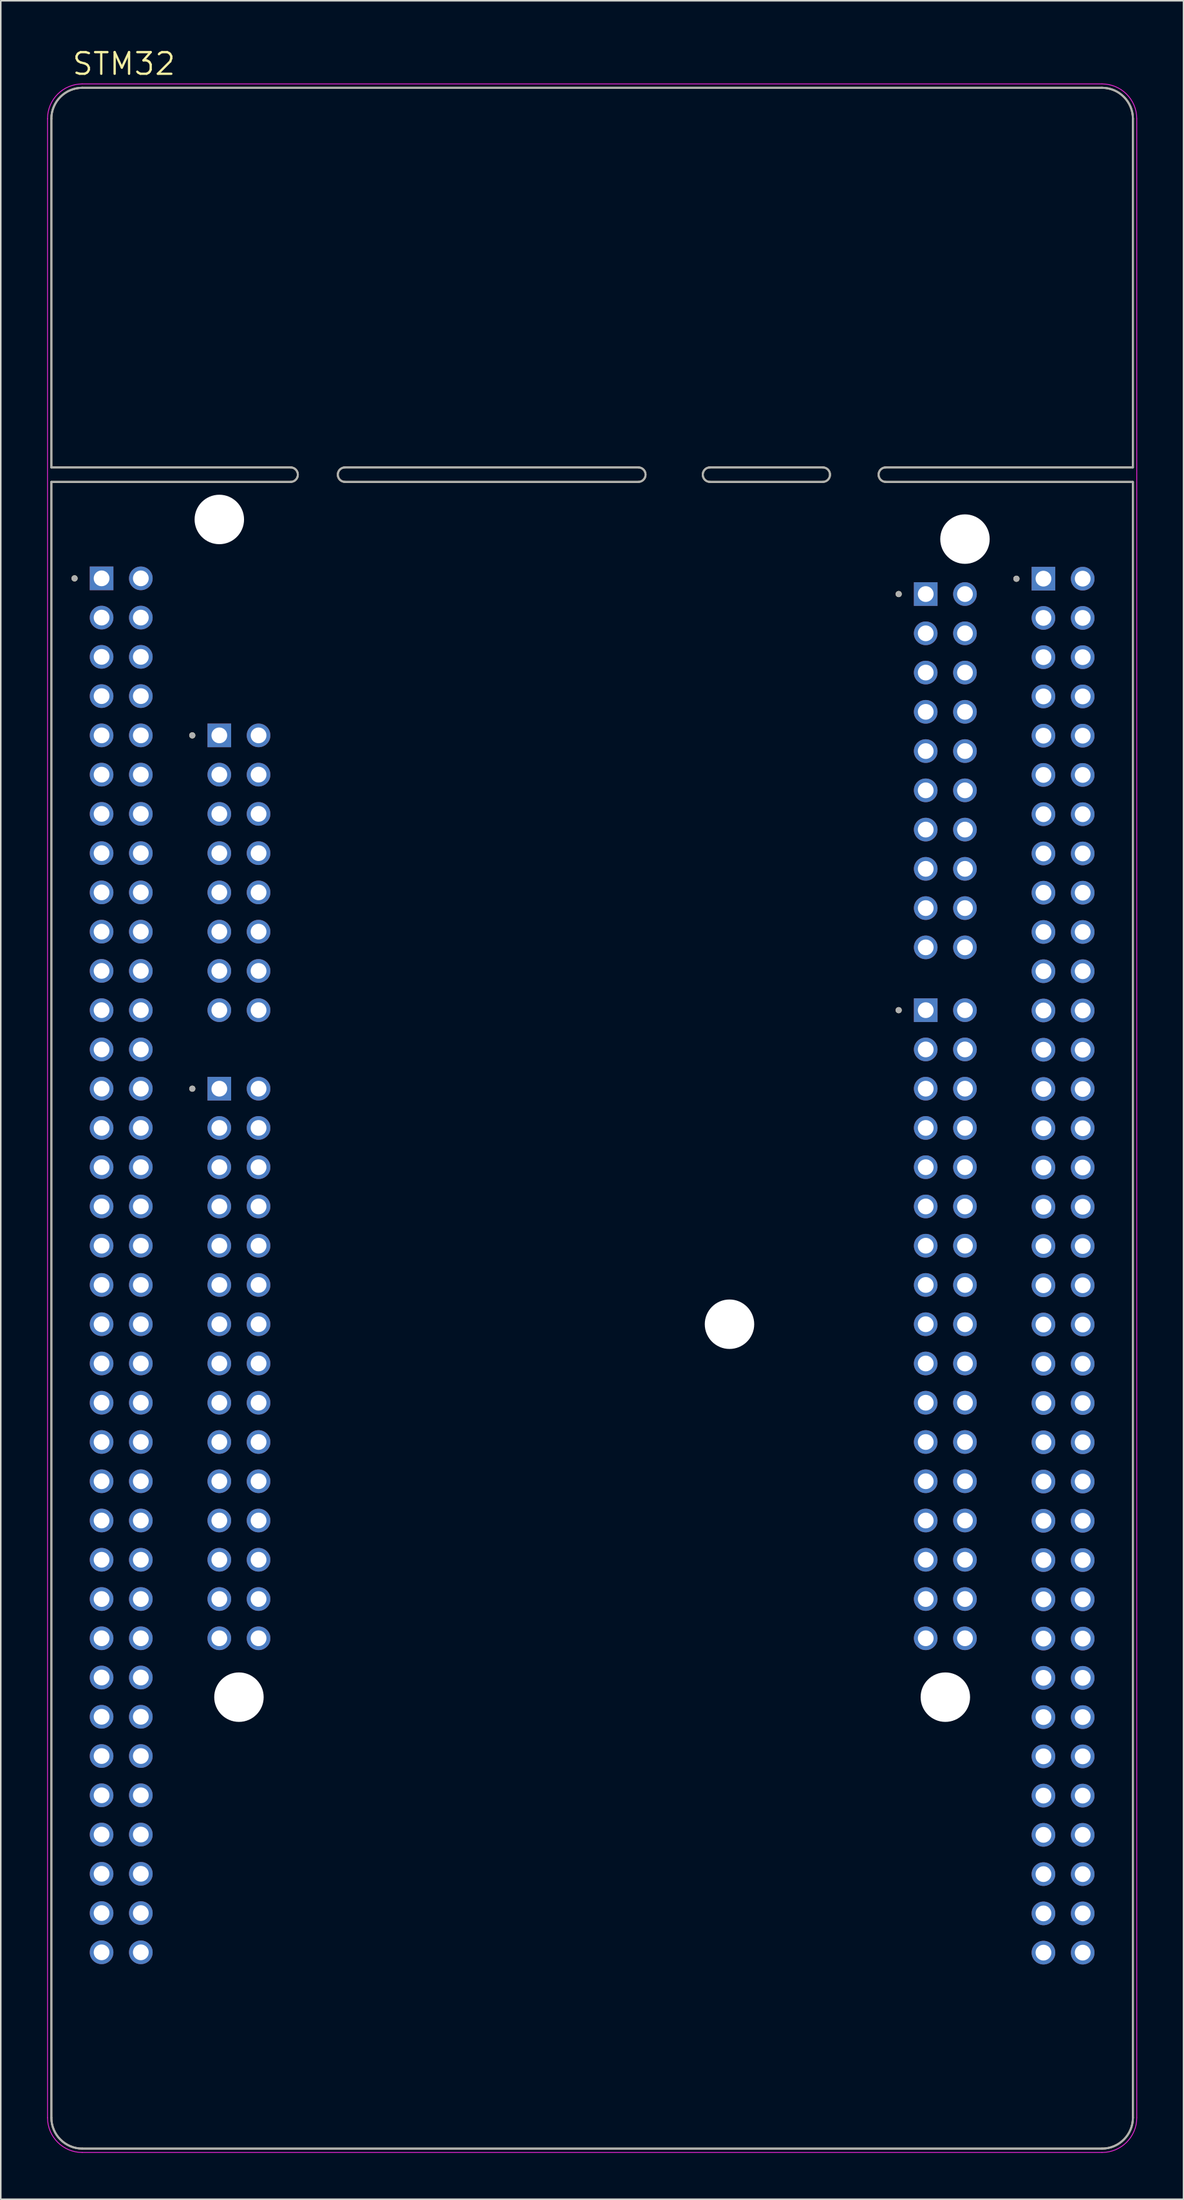
<source format=kicad_pcb>
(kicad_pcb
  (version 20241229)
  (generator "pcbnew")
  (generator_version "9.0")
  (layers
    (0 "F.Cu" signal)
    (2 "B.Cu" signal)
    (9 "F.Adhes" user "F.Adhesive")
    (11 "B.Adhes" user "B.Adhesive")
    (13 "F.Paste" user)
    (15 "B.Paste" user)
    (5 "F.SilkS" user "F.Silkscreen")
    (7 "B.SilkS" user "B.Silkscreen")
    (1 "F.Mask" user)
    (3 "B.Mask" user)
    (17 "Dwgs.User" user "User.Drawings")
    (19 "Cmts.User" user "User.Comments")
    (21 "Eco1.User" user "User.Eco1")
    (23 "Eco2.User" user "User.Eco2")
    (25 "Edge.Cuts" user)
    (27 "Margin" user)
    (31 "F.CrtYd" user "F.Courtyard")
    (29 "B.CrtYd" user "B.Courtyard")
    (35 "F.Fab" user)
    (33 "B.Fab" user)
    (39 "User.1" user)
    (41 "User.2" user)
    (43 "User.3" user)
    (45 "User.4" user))
  (footprint "STM32"
    (layer "F.Cu")
    (at 35.275 69.301)
    (property "Reference" "STM32" (at -30.305 -68.219 0) (layer "F.SilkS") (effects (font (size 1.4 1.4) (thickness 0.15))))
    (attr through_hole)
    (fp_line (start -35 -64.67) (end -35 -42.11) (stroke (width 0.127) (type solid)) (layer "F.SilkS"))
    (fp_line (start -35 -42.11) (end -19.507 -42.11) (stroke (width 0.127) (type solid)) (layer "F.SilkS"))
    (fp_line (start -35 -41.17) (end -35 64.67) (stroke (width 0.127) (type solid)) (layer "F.SilkS"))
    (fp_line (start -35 -41.17) (end -19.507 -41.17) (stroke (width 0.127) (type solid)) (layer "F.SilkS"))
    (fp_line (start -33 66.67) (end 33 66.67) (stroke (width 0.127) (type solid)) (layer "F.SilkS"))
    (fp_line (start -16.002 -42.11) (end 2.997 -42.11) (stroke (width 0.127) (type solid)) (layer "F.SilkS"))
    (fp_line (start -16.002 -41.17) (end 2.997 -41.17) (stroke (width 0.127) (type solid)) (layer "F.SilkS"))
    (fp_line (start 7.62 -42.11) (end 14.935 -42.11) (stroke (width 0.127) (type solid)) (layer "F.SilkS"))
    (fp_line (start 7.62 -41.17) (end 14.935 -41.17) (stroke (width 0.127) (type solid)) (layer "F.SilkS"))
    (fp_line (start 18.999 -42.11) (end 35 -42.11) (stroke (width 0.127) (type solid)) (layer "F.SilkS"))
    (fp_line (start 18.999 -41.17) (end 35 -41.17) (stroke (width 0.127) (type solid)) (layer "F.SilkS"))
    (fp_line (start 33 -66.67) (end -33 -66.67) (stroke (width 0.127) (type solid)) (layer "F.SilkS"))
    (fp_line (start 35 -42.11) (end 35 -64.67) (stroke (width 0.127) (type solid)) (layer "F.SilkS"))
    (fp_line (start 35 64.67) (end 35 -41.17) (stroke (width 0.127) (type solid)) (layer "F.SilkS"))
    (fp_arc (start -35 -64.67) (mid -34.414214 -66.084214) (end -33 -66.67) (stroke (width 0.127) (type solid)) (layer "F.SilkS"))
    (fp_arc (start -33 66.67) (mid -34.414214 66.084214) (end -35 64.67) (stroke (width 0.127) (type solid)) (layer "F.SilkS"))
    (fp_arc (start -19.507199 -42.11) (mid -19.044602 -41.64) (end -19.5072 -41.17) (stroke (width 0.127) (type solid)) (layer "F.SilkS"))
    (fp_arc (start -16.002001 -41.17) (mid -16.464598 -41.64) (end -16.002 -42.11) (stroke (width 0.127) (type solid)) (layer "F.SilkS"))
    (fp_arc (start 2.997201 -42.11) (mid 3.459798 -41.64) (end 2.9972 -41.17) (stroke (width 0.127) (type solid)) (layer "F.SilkS"))
    (fp_arc (start 7.619999 -41.17) (mid 7.157402 -41.64) (end 7.62 -42.11) (stroke (width 0.127) (type solid)) (layer "F.SilkS"))
    (fp_arc (start 14.935201 -42.11) (mid 15.397798 -41.64) (end 14.9352 -41.17) (stroke (width 0.127) (type solid)) (layer "F.SilkS"))
    (fp_arc (start 18.999199 -41.17) (mid 18.536602 -41.64) (end 18.9992 -42.11) (stroke (width 0.127) (type solid)) (layer "F.SilkS"))
    (fp_arc (start 33 -66.67) (mid 34.414214 -66.084214) (end 35 -64.67) (stroke (width 0.127) (type solid)) (layer "F.SilkS"))
    (fp_arc (start 35 64.67) (mid 34.414214 66.084214) (end 33 66.67) (stroke (width 0.127) (type solid)) (layer "F.SilkS"))
    (fp_circle (center -33.5 -34.93) (end -33.4 -34.93) (stroke (width 0.2) (type solid)) (fill no) (layer "F.SilkS"))
    (fp_circle (center -25.88 -24.77) (end -25.78 -24.77) (stroke (width 0.2) (type solid)) (fill no) (layer "F.SilkS"))
    (fp_circle (center -25.88 -1.91) (end -25.78 -1.91) (stroke (width 0.2) (type solid)) (fill no) (layer "F.SilkS"))
    (fp_circle (center 19.84 -33.914) (end 19.94 -33.914) (stroke (width 0.2) (type solid)) (fill no) (layer "F.SilkS"))
    (fp_circle (center 19.84 -6.99) (end 19.94 -6.99) (stroke (width 0.2) (type solid)) (fill no) (layer "F.SilkS"))
    (fp_circle (center 27.46 -34.905) (end 27.56 -34.905) (stroke (width 0.2) (type solid)) (fill no) (layer "F.SilkS"))
    (fp_line (start -35.25 -64.67) (end -35.25 64.67) (stroke (width 0.05) (type solid)) (layer "F.CrtYd"))
    (fp_line (start -33 66.92) (end 33 66.92) (stroke (width 0.05) (type solid)) (layer "F.CrtYd"))
    (fp_line (start 33 -66.92) (end -33 -66.92) (stroke (width 0.05) (type solid)) (layer "F.CrtYd"))
    (fp_line (start 35.25 64.67) (end 35.25 -64.67) (stroke (width 0.05) (type solid)) (layer "F.CrtYd"))
    (fp_arc (start -35.25 -64.67) (mid -34.59099 -66.26099) (end -33 -66.92) (stroke (width 0.05) (type solid)) (layer "F.CrtYd"))
    (fp_arc (start -33 66.92) (mid -34.59099 66.26099) (end -35.25 64.67) (stroke (width 0.05) (type solid)) (layer "F.CrtYd"))
    (fp_arc (start 33 -66.92) (mid 34.59099 -66.26099) (end 35.25 -64.67) (stroke (width 0.05) (type solid)) (layer "F.CrtYd"))
    (fp_arc (start 35.25 64.67) (mid 34.59099 66.26099) (end 33 66.92) (stroke (width 0.05) (type solid)) (layer "F.CrtYd"))
    (fp_line (start -35 -64.67) (end -35 -42.11) (stroke (width 0.127) (type solid)) (layer "F.Fab"))
    (fp_line (start -35 -42.11) (end -19.507 -42.11) (stroke (width 0.127) (type solid)) (layer "F.Fab"))
    (fp_line (start -35 -41.17) (end -35 64.67) (stroke (width 0.127) (type solid)) (layer "F.Fab"))
    (fp_line (start -35 -41.17) (end -19.507 -41.17) (stroke (width 0.127) (type solid)) (layer "F.Fab"))
    (fp_line (start -33 66.67) (end 33 66.67) (stroke (width 0.127) (type solid)) (layer "F.Fab"))
    (fp_line (start -16.002 -42.11) (end 2.997 -42.11) (stroke (width 0.127) (type solid)) (layer "F.Fab"))
    (fp_line (start -16.002 -41.17) (end 2.997 -41.17) (stroke (width 0.127) (type solid)) (layer "F.Fab"))
    (fp_line (start 7.62 -42.11) (end 14.935 -42.11) (stroke (width 0.127) (type solid)) (layer "F.Fab"))
    (fp_line (start 7.62 -41.17) (end 14.935 -41.17) (stroke (width 0.127) (type solid)) (layer "F.Fab"))
    (fp_line (start 18.999 -42.11) (end 35 -42.11) (stroke (width 0.127) (type solid)) (layer "F.Fab"))
    (fp_line (start 18.999 -41.17) (end 35 -41.17) (stroke (width 0.127) (type solid)) (layer "F.Fab"))
    (fp_line (start 33 -66.67) (end -33 -66.67) (stroke (width 0.127) (type solid)) (layer "F.Fab"))
    (fp_line (start 35 -42.11) (end 35 -64.67) (stroke (width 0.127) (type solid)) (layer "F.Fab"))
    (fp_line (start 35 64.67) (end 35 -41.17) (stroke (width 0.127) (type solid)) (layer "F.Fab"))
    (fp_arc (start -35 -64.67) (mid -34.414214 -66.084214) (end -33 -66.67) (stroke (width 0.127) (type solid)) (layer "F.Fab"))
    (fp_arc (start -33 66.67) (mid -34.414214 66.084214) (end -35 64.67) (stroke (width 0.127) (type solid)) (layer "F.Fab"))
    (fp_arc (start -19.507199 -42.11) (mid -19.044602 -41.64) (end -19.5072 -41.17) (stroke (width 0.127) (type solid)) (layer "F.Fab"))
    (fp_arc (start -16.002001 -41.17) (mid -16.464598 -41.64) (end -16.002 -42.11) (stroke (width 0.127) (type solid)) (layer "F.Fab"))
    (fp_arc (start 2.997201 -42.11) (mid 3.459798 -41.64) (end 2.9972 -41.17) (stroke (width 0.127) (type solid)) (layer "F.Fab"))
    (fp_arc (start 7.619999 -41.17) (mid 7.157402 -41.64) (end 7.62 -42.11) (stroke (width 0.127) (type solid)) (layer "F.Fab"))
    (fp_arc (start 14.935201 -42.11) (mid 15.397798 -41.64) (end 14.9352 -41.17) (stroke (width 0.127) (type solid)) (layer "F.Fab"))
    (fp_arc (start 18.999199 -41.17) (mid 18.536602 -41.64) (end 18.9992 -42.11) (stroke (width 0.127) (type solid)) (layer "F.Fab"))
    (fp_arc (start 33 -66.67) (mid 34.414214 -66.084214) (end 35 -64.67) (stroke (width 0.127) (type solid)) (layer "F.Fab"))
    (fp_arc (start 35 64.67) (mid 34.414214 66.084214) (end 33 66.67) (stroke (width 0.127) (type solid)) (layer "F.Fab"))
    (fp_circle (center -33.5 -34.93) (end -33.4 -34.93) (stroke (width 0.2) (type solid)) (fill no) (layer "F.Fab"))
    (fp_circle (center -25.88 -24.77) (end -25.78 -24.77) (stroke (width 0.2) (type solid)) (fill no) (layer "F.Fab"))
    (fp_circle (center -25.88 -1.91) (end -25.78 -1.91) (stroke (width 0.2) (type solid)) (fill no) (layer "F.Fab"))
    (fp_circle (center 19.84 -33.914) (end 19.94 -33.914) (stroke (width 0.2) (type solid)) (fill no) (layer "F.Fab"))
    (fp_circle (center 19.84 -6.99) (end 19.94 -6.99) (stroke (width 0.2) (type solid)) (fill no) (layer "F.Fab"))
    (fp_circle (center 27.46 -34.905) (end 27.56 -34.905) (stroke (width 0.2) (type solid)) (fill no) (layer "F.Fab"))
    (pad "" np_thru_hole circle (at -24.13 -38.74) (size 3.2 3.2) (drill 3.2) (layers "*.Cu" "*.Mask"))
    (pad "" np_thru_hole circle (at -22.86 37.46) (size 3.2 3.2) (drill 3.2) (layers "*.Cu" "*.Mask"))
    (pad "" np_thru_hole circle (at 8.89 13.33) (size 3.2 3.2) (drill 3.2) (layers "*.Cu" "*.Mask"))
    (pad "" np_thru_hole circle (at 22.86 37.46) (size 3.2 3.2) (drill 3.2) (layers "*.Cu" "*.Mask"))
    (pad "" np_thru_hole circle (at 24.13 -37.47) (size 3.2 3.2) (drill 3.2) (layers "*.Cu" "*.Mask"))
    (pad "1" thru_hole circle (at -29.21 20.95) (size 1.53 1.53) (drill 1.02) (layers "*.Cu" "*.Mask"))
    (pad "1" thru_hole circle (at -21.59 13.33) (size 1.53 1.53) (drill 1.02) (layers "*.Cu" "*.Mask"))
    (pad "1" thru_hole circle (at 21.59 23.49) (size 1.53 1.53) (drill 1.02) (layers "*.Cu" "*.Mask"))
    (pad "2" thru_hole circle (at -31.75 23.49) (size 1.53 1.53) (drill 1.02) (layers "*.Cu" "*.Mask"))
    (pad "2" thru_hole circle (at -21.59 23.49) (size 1.53 1.53) (drill 1.02) (layers "*.Cu" "*.Mask"))
    (pad "3" thru_hole circle (at -29.21 23.49) (size 1.53 1.53) (drill 1.02) (layers "*.Cu" "*.Mask"))
    (pad "3" thru_hole circle (at -21.59 15.87) (size 1.53 1.53) (drill 1.02) (layers "*.Cu" "*.Mask"))
    (pad "3V3" thru_hole circle (at -29.21 -22.23) (size 1.53 1.53) (drill 1.02) (layers "*.Cu" "*.Mask"))
    (pad "3V3" thru_hole circle (at -29.21 -17.15) (size 1.53 1.53) (drill 1.02) (layers "*.Cu" "*.Mask"))
    (pad "3V3" thru_hole circle (at -24.13 -17.15) (size 1.53 1.53) (drill 1.02) (layers "*.Cu" "*.Mask"))
    (pad "4" thru_hole circle (at -29.21 26.03) (size 1.53 1.53) (drill 1.02) (layers "*.Cu" "*.Mask"))
    (pad "4" thru_hole circle (at -21.59 18.41) (size 1.53 1.53) (drill 1.02) (layers "*.Cu" "*.Mask"))
    (pad "5" thru_hole circle (at -29.21 41.27) (size 1.53 1.53) (drill 1.02) (layers "*.Cu" "*.Mask"))
    (pad "5" thru_hole circle (at -21.59 20.95) (size 1.53 1.53) (drill 1.02) (layers "*.Cu" "*.Mask"))
    (pad "5V" thru_hole circle (at -29.21 -14.61) (size 1.53 1.53) (drill 1.02) (layers "*.Cu" "*.Mask"))
    (pad "5V" thru_hole circle (at -24.13 -14.61) (size 1.53 1.53) (drill 1.02) (layers "*.Cu" "*.Mask"))
    (pad "6" thru_hole circle (at -31.75 5.71) (size 1.53 1.53) (drill 1.02) (layers "*.Cu" "*.Mask"))
    (pad "7" thru_hole circle (at -31.75 -6.99) (size 1.53 1.53) (drill 1.02) (layers "*.Cu" "*.Mask"))
    (pad "10" thru_hole circle (at -31.75 31.11) (size 1.53 1.53) (drill 1.02) (layers "*.Cu" "*.Mask"))
    (pad "10" thru_hole circle (at -24.13 23.49) (size 1.53 1.53) (drill 1.02) (layers "*.Cu" "*.Mask"))
    (pad "11" thru_hole circle (at -31.75 28.57) (size 1.53 1.53) (drill 1.02) (layers "*.Cu" "*.Mask"))
    (pad "11" thru_hole circle (at -24.13 20.95) (size 1.53 1.53) (drill 1.02) (layers "*.Cu" "*.Mask"))
    (pad "12" thru_hole circle (at -29.21 28.57) (size 1.53 1.53) (drill 1.02) (layers "*.Cu" "*.Mask"))
    (pad "12" thru_hole circle (at -24.13 18.41) (size 1.53 1.53) (drill 1.02) (layers "*.Cu" "*.Mask"))
    (pad "13" thru_hole circle (at -24.13 5.71) (size 1.53 1.53) (drill 1.02) (layers "*.Cu" "*.Mask"))
    (pad "13" thru_hole circle (at 31.75 36.21) (size 1.53 1.53) (drill 1.02) (layers "*.Cu" "*.Mask"))
    (pad "14" thru_hole circle (at 21.59 5.71) (size 1.53 1.53) (drill 1.02) (layers "*.Cu" "*.Mask"))
    (pad "14" thru_hole circle (at 31.75 10.81) (size 1.53 1.53) (drill 1.02) (layers "*.Cu" "*.Mask"))
    (pad "15" thru_hole circle (at -24.13 8.25) (size 1.53 1.53) (drill 1.02) (layers "*.Cu" "*.Mask"))
    (pad "15" thru_hole circle (at 31.75 8.27) (size 1.53 1.53) (drill 1.02) (layers "*.Cu" "*.Mask"))
    (pad "17" thru_hole circle (at -31.75 -29.85) (size 1.53 1.53) (drill 1.02) (layers "*.Cu" "*.Mask"))
    (pad "18" thru_hole circle (at -31.75 -24.77) (size 1.53 1.53) (drill 1.02) (layers "*.Cu" "*.Mask"))
    (pad "19" thru_hole circle (at -31.75 -22.23) (size 1.53 1.53) (drill 1.02) (layers "*.Cu" "*.Mask"))
    (pad "19" thru_hole circle (at -21.59 28.57) (size 1.53 1.53) (drill 1.02) (layers "*.Cu" "*.Mask"))
    (pad "20" thru_hole circle (at -29.21 31.11) (size 1.53 1.53) (drill 1.02) (layers "*.Cu" "*.Mask"))
    (pad "20" thru_hole circle (at -21.59 26.03) (size 1.53 1.53) (drill 1.02) (layers "*.Cu" "*.Mask"))
    (pad "21" thru_hole circle (at -29.21 33.65) (size 1.53 1.53) (drill 1.02) (layers "*.Cu" "*.Mask"))
    (pad "21" thru_hole circle (at -21.59 31.11) (size 1.53 1.53) (drill 1.02) (layers "*.Cu" "*.Mask"))
    (pad "22" thru_hole circle (at -24.13 10.79) (size 1.53 1.53) (drill 1.02) (layers "*.Cu" "*.Mask"))
    (pad "22" thru_hole circle (at 31.75 15.89) (size 1.53 1.53) (drill 1.02) (layers "*.Cu" "*.Mask"))
    (pad "24" thru_hole circle (at -31.75 3.17) (size 1.53 1.53) (drill 1.02) (layers "*.Cu" "*.Mask"))
    (pad "25" thru_hole circle (at -29.21 -19.69) (size 1.53 1.53) (drill 1.02) (layers "*.Cu" "*.Mask"))
    (pad "26" thru_hole circle (at -29.21 10.79) (size 1.53 1.53) (drill 1.02) (layers "*.Cu" "*.Mask"))
    (pad "26" thru_hole circle (at -24.13 0.63) (size 1.53 1.53) (drill 1.02) (layers "*.Cu" "*.Mask"))
    (pad "27" thru_hole circle (at -29.21 8.25) (size 1.53 1.53) (drill 1.02) (layers "*.Cu" "*.Mask"))
    (pad "28" thru_hole circle (at -31.75 8.25) (size 1.53 1.53) (drill 1.02) (layers "*.Cu" "*.Mask"))
    (pad "28" thru_hole circle (at 21.59 3.17) (size 1.53 1.53) (drill 1.02) (layers "*.Cu" "*.Mask"))
    (pad "29" thru_hole circle (at -31.75 10.79) (size 1.53 1.53) (drill 1.02) (layers "*.Cu" "*.Mask"))
    (pad "29" thru_hole circle (at -24.13 3.17) (size 1.53 1.53) (drill 1.02) (layers "*.Cu" "*.Mask"))
    (pad "34" thru_hole circle (at -29.21 -1.91) (size 1.53 1.53) (drill 1.02) (layers "*.Cu" "*.Mask"))
    (pad "34" thru_hole circle (at 21.59 28.57) (size 1.53 1.53) (drill 1.02) (layers "*.Cu" "*.Mask"))
    (pad "35" thru_hole circle (at -29.21 0.63) (size 1.53 1.53) (drill 1.02) (layers "*.Cu" "*.Mask"))
    (pad "36" thru_hole circle (at 29.21 8.27) (size 1.53 1.53) (drill 1.02) (layers "*.Cu" "*.Mask"))
    (pad "37" thru_hole rect (at -24.13 -1.91) (size 1.53 1.53) (drill 1.02) (layers "*.Cu" "*.Mask"))
    (pad "37" thru_hole circle (at 29.21 10.81) (size 1.53 1.53) (drill 1.02) (layers "*.Cu" "*.Mask"))
    (pad "40" thru_hole circle (at -29.21 3.17) (size 1.53 1.53) (drill 1.02) (layers "*.Cu" "*.Mask"))
    (pad "40" thru_hole circle (at 21.59 -13.594) (size 1.53 1.53) (drill 1.02) (layers "*.Cu" "*.Mask"))
    (pad "41" thru_hole circle (at 24.13 -23.754) (size 1.53 1.53) (drill 1.02) (layers "*.Cu" "*.Mask"))
    (pad "41" thru_hole circle (at 29.21 -22.21) (size 1.53 1.53) (drill 1.02) (layers "*.Cu" "*.Mask"))
    (pad "42" thru_hole circle (at 24.13 -21.214) (size 1.53 1.53) (drill 1.02) (layers "*.Cu" "*.Mask"))
    (pad "42" thru_hole circle (at 29.21 -19.67) (size 1.53 1.53) (drill 1.02) (layers "*.Cu" "*.Mask"))
    (pad "43" thru_hole circle (at -24.13 15.87) (size 1.53 1.53) (drill 1.02) (layers "*.Cu" "*.Mask"))
    (pad "43" thru_hole circle (at 24.13 -18.674) (size 1.53 1.53) (drill 1.02) (layers "*.Cu" "*.Mask"))
    (pad "43" thru_hole circle (at 29.21 -17.13) (size 1.53 1.53) (drill 1.02) (layers "*.Cu" "*.Mask"))
    (pad "44" thru_hole circle (at 31.75 5.73) (size 1.53 1.53) (drill 1.02) (layers "*.Cu" "*.Mask"))
    (pad "45" thru_hole circle (at 31.75 -29.83) (size 1.53 1.53) (drill 1.02) (layers "*.Cu" "*.Mask"))
    (pad "46" thru_hole circle (at -29.21 5.71) (size 1.53 1.53) (drill 1.02) (layers "*.Cu" "*.Mask"))
    (pad "46" thru_hole circle (at 21.59 31.11) (size 1.53 1.53) (drill 1.02) (layers "*.Cu" "*.Mask"))
    (pad "47" thru_hole circle (at 21.59 0.63) (size 1.53 1.53) (drill 1.02) (layers "*.Cu" "*.Mask"))
    (pad "47" thru_hole circle (at 31.75 -6.97) (size 1.53 1.53) (drill 1.02) (layers "*.Cu" "*.Mask"))
    (pad "48" thru_hole circle (at 21.59 10.79) (size 1.53 1.53) (drill 1.02) (layers "*.Cu" "*.Mask"))
    (pad "48" thru_hole circle (at 31.75 -9.51) (size 1.53 1.53) (drill 1.02) (layers "*.Cu" "*.Mask"))
    (pad "49" thru_hole circle (at 31.75 41.29) (size 1.53 1.53) (drill 1.02) (layers "*.Cu" "*.Mask"))
    (pad "50" thru_hole circle (at 24.13 -11.054) (size 1.53 1.53) (drill 1.02) (layers "*.Cu" "*.Mask"))
    (pad "50" thru_hole circle (at 29.21 38.75) (size 1.53 1.53) (drill 1.02) (layers "*.Cu" "*.Mask"))
    (pad "53" thru_hole circle (at 24.13 -6.99) (size 1.53 1.53) (drill 1.02) (layers "*.Cu" "*.Mask"))
    (pad "53" thru_hole circle (at 29.21 36.21) (size 1.53 1.53) (drill 1.02) (layers "*.Cu" "*.Mask"))
    (pad "54" thru_hole circle (at 24.13 0.63) (size 1.53 1.53) (drill 1.02) (layers "*.Cu" "*.Mask"))
    (pad "54" thru_hole circle (at 31.75 26.05) (size 1.53 1.53) (drill 1.02) (layers "*.Cu" "*.Mask"))
    (pad "55" thru_hole circle (at 24.13 5.71) (size 1.53 1.53) (drill 1.02) (layers "*.Cu" "*.Mask"))
    (pad "55" thru_hole circle (at 31.75 38.75) (size 1.53 1.53) (drill 1.02) (layers "*.Cu" "*.Mask"))
    (pad "56" thru_hole circle (at -31.75 38.73) (size 1.53 1.53) (drill 1.02) (layers "*.Cu" "*.Mask"))
    (pad "56" thru_hole circle (at -24.13 33.65) (size 1.53 1.53) (drill 1.02) (layers "*.Cu" "*.Mask"))
    (pad "57" thru_hole circle (at -29.21 36.19) (size 1.53 1.53) (drill 1.02) (layers "*.Cu" "*.Mask"))
    (pad "57" thru_hole circle (at -21.59 33.65) (size 1.53 1.53) (drill 1.02) (layers "*.Cu" "*.Mask"))
    (pad "58" thru_hole circle (at 24.13 15.87) (size 1.53 1.53) (drill 1.02) (layers "*.Cu" "*.Mask"))
    (pad "58" thru_hole circle (at 31.75 18.43) (size 1.53 1.53) (drill 1.02) (layers "*.Cu" "*.Mask"))
    (pad "59" thru_hole circle (at 24.13 13.33) (size 1.53 1.53) (drill 1.02) (layers "*.Cu" "*.Mask"))
    (pad "59" thru_hole circle (at 31.75 13.35) (size 1.53 1.53) (drill 1.02) (layers "*.Cu" "*.Mask"))
    (pad "60" thru_hole circle (at 24.13 -4.45) (size 1.53 1.53) (drill 1.02) (layers "*.Cu" "*.Mask"))
    (pad "60" thru_hole circle (at 31.75 28.59) (size 1.53 1.53) (drill 1.02) (layers "*.Cu" "*.Mask"))
    (pad "63" thru_hole circle (at 24.13 20.95) (size 1.53 1.53) (drill 1.02) (layers "*.Cu" "*.Mask"))
    (pad "63" thru_hole circle (at 29.21 23.51) (size 1.53 1.53) (drill 1.02) (layers "*.Cu" "*.Mask"))
    (pad "64" thru_hole circle (at 24.13 -1.91) (size 1.53 1.53) (drill 1.02) (layers "*.Cu" "*.Mask"))
    (pad "64" thru_hole circle (at 31.75 33.67) (size 1.53 1.53) (drill 1.02) (layers "*.Cu" "*.Mask"))
    (pad "65" thru_hole circle (at 24.13 23.49) (size 1.53 1.53) (drill 1.02) (layers "*.Cu" "*.Mask"))
    (pad "65" thru_hole circle (at 29.21 26.05) (size 1.53 1.53) (drill 1.02) (layers "*.Cu" "*.Mask"))
    (pad "66" thru_hole circle (at 24.13 3.17) (size 1.53 1.53) (drill 1.02) (layers "*.Cu" "*.Mask"))
    (pad "66" thru_hole circle (at 29.21 33.67) (size 1.53 1.53) (drill 1.02) (layers "*.Cu" "*.Mask"))
    (pad "67" thru_hole circle (at 24.13 26.03) (size 1.53 1.53) (drill 1.02) (layers "*.Cu" "*.Mask"))
    (pad "67" thru_hole circle (at 29.21 28.59) (size 1.53 1.53) (drill 1.02) (layers "*.Cu" "*.Mask"))
    (pad "68" thru_hole circle (at 24.13 28.57) (size 1.53 1.53) (drill 1.02) (layers "*.Cu" "*.Mask"))
    (pad "68" thru_hole circle (at 29.21 31.13) (size 1.53 1.53) (drill 1.02) (layers "*.Cu" "*.Mask"))
    (pad "69" thru_hole circle (at 24.13 31.11) (size 1.53 1.53) (drill 1.02) (layers "*.Cu" "*.Mask"))
    (pad "69" thru_hole circle (at 29.21 -4.43) (size 1.53 1.53) (drill 1.02) (layers "*.Cu" "*.Mask"))
    (pad "70" thru_hole circle (at 24.13 33.65) (size 1.53 1.53) (drill 1.02) (layers "*.Cu" "*.Mask"))
    (pad "70" thru_hole circle (at 31.75 -14.59) (size 1.53 1.53) (drill 1.02) (layers "*.Cu" "*.Mask"))
    (pad "73" thru_hole circle (at 21.59 -26.294) (size 1.53 1.53) (drill 1.02) (layers "*.Cu" "*.Mask"))
    (pad "73" thru_hole circle (at 31.75 -17.13) (size 1.53 1.53) (drill 1.02) (layers "*.Cu" "*.Mask"))
    (pad "74" thru_hole circle (at 21.59 -28.834) (size 1.53 1.53) (drill 1.02) (layers "*.Cu" "*.Mask"))
    (pad "74" thru_hole circle (at 31.75 0.65) (size 1.53 1.53) (drill 1.02) (layers "*.Cu" "*.Mask"))
    (pad "75" thru_hole circle (at 31.75 -1.89) (size 1.53 1.53) (drill 1.02) (layers "*.Cu" "*.Mask"))
    (pad "76" thru_hole circle (at 21.59 -31.374) (size 1.53 1.53) (drill 1.02) (layers "*.Cu" "*.Mask"))
    (pad "76" thru_hole circle (at 31.75 -4.43) (size 1.53 1.53) (drill 1.02) (layers "*.Cu" "*.Mask"))
    (pad "77" thru_hole circle (at 31.75 -24.75) (size 1.53 1.53) (drill 1.02) (layers "*.Cu" "*.Mask"))
    (pad "78" thru_hole circle (at -31.75 51.43) (size 1.53 1.53) (drill 1.02) (layers "*.Cu" "*.Mask"))
    (pad "79" thru_hole circle (at 29.21 46.37) (size 1.53 1.53) (drill 1.02) (layers "*.Cu" "*.Mask"))
    (pad "80" thru_hole circle (at 21.59 20.95) (size 1.53 1.53) (drill 1.02) (layers "*.Cu" "*.Mask"))
    (pad "80" thru_hole circle (at 29.21 20.97) (size 1.53 1.53) (drill 1.02) (layers "*.Cu" "*.Mask"))
    (pad "81" thru_hole circle (at 21.59 18.41) (size 1.53 1.53) (drill 1.02) (layers "*.Cu" "*.Mask"))
    (pad "81" thru_hole circle (at 29.21 18.43) (size 1.53 1.53) (drill 1.02) (layers "*.Cu" "*.Mask"))
    (pad "82" thru_hole circle (at 21.59 15.87) (size 1.53 1.53) (drill 1.02) (layers "*.Cu" "*.Mask"))
    (pad "82" thru_hole circle (at 29.21 15.89) (size 1.53 1.53) (drill 1.02) (layers "*.Cu" "*.Mask"))
    (pad "85" thru_hole circle (at 24.13 -16.134) (size 1.53 1.53) (drill 1.02) (layers "*.Cu" "*.Mask"))
    (pad "85" thru_hole circle (at 31.75 20.97) (size 1.53 1.53) (drill 1.02) (layers "*.Cu" "*.Mask"))
    (pad "86" thru_hole circle (at 24.13 -13.594) (size 1.53 1.53) (drill 1.02) (layers "*.Cu" "*.Mask"))
    (pad "86" thru_hole circle (at 31.75 23.51) (size 1.53 1.53) (drill 1.02) (layers "*.Cu" "*.Mask"))
    (pad "87" thru_hole circle (at -29.21 15.87) (size 1.53 1.53) (drill 1.02) (layers "*.Cu" "*.Mask"))
    (pad "87" thru_hole circle (at -21.59 -9.53) (size 1.53 1.53) (drill 1.02) (layers "*.Cu" "*.Mask"))
    (pad "88" thru_hole circle (at -29.21 18.41) (size 1.53 1.53) (drill 1.02) (layers "*.Cu" "*.Mask"))
    (pad "88" thru_hole circle (at -21.59 -6.99) (size 1.53 1.53) (drill 1.02) (layers "*.Cu" "*.Mask"))
    (pad "89" thru_hole circle (at 29.21 51.45) (size 1.53 1.53) (drill 1.02) (layers "*.Cu" "*.Mask"))
    (pad "90" thru_hole circle (at 31.75 48.91) (size 1.53 1.53) (drill 1.02) (layers "*.Cu" "*.Mask"))
    (pad "91" thru_hole circle (at 31.75 51.45) (size 1.53 1.53) (drill 1.02) (layers "*.Cu" "*.Mask"))
    (pad "92" thru_hole circle (at 29.21 48.91) (size 1.53 1.53) (drill 1.02) (layers "*.Cu" "*.Mask"))
    (pad "93" thru_hole circle (at 31.75 46.37) (size 1.53 1.53) (drill 1.02) (layers "*.Cu" "*.Mask"))
    (pad "96" thru_hole rect (at 21.59 -33.914) (size 1.53 1.53) (drill 1.02) (layers "*.Cu" "*.Mask"))
    (pad "96" thru_hole circle (at 31.75 -32.37) (size 1.53 1.53) (drill 1.02) (layers "*.Cu" "*.Mask"))
    (pad "97" thru_hole circle (at 21.59 -21.214) (size 1.53 1.53) (drill 1.02) (layers "*.Cu" "*.Mask"))
    (pad "97" thru_hole circle (at 29.21 -12.05) (size 1.53 1.53) (drill 1.02) (layers "*.Cu" "*.Mask"))
    (pad "98" thru_hole circle (at -21.59 -24.77) (size 1.53 1.53) (drill 1.02) (layers "*.Cu" "*.Mask"))
    (pad "98" thru_hole circle (at 31.75 -34.91) (size 1.53 1.53) (drill 1.02) (layers "*.Cu" "*.Mask"))
    (pad "99" thru_hole circle (at -21.59 -22.23) (size 1.53 1.53) (drill 1.02) (layers "*.Cu" "*.Mask"))
    (pad "99" thru_hole rect (at 29.21 -34.91) (size 1.53 1.53) (drill 1.02) (layers "*.Cu" "*.Mask"))
    (pad "100" thru_hole circle (at 29.21 -6.97) (size 1.53 1.53) (drill 1.02) (layers "*.Cu" "*.Mask"))
    (pad "101" thru_hole circle (at 29.21 -9.51) (size 1.53 1.53) (drill 1.02) (layers "*.Cu" "*.Mask"))
    (pad "102" thru_hole circle (at 29.21 5.73) (size 1.53 1.53) (drill 1.02) (layers "*.Cu" "*.Mask"))
    (pad "103" thru_hole circle (at 31.75 -19.67) (size 1.53 1.53) (drill 1.02) (layers "*.Cu" "*.Mask"))
    (pad "104" thru_hole circle (at 31.75 -22.21) (size 1.53 1.53) (drill 1.02) (layers "*.Cu" "*.Mask"))
    (pad "105" thru_hole circle (at -31.75 -19.69) (size 1.53 1.53) (drill 1.02) (layers "*.Cu" "*.Mask"))
    (pad "109" thru_hole circle (at -31.75 -17.15) (size 1.53 1.53) (drill 1.02) (layers "*.Cu" "*.Mask"))
    (pad "110" thru_hole circle (at -31.75 -14.61) (size 1.53 1.53) (drill 1.02) (layers "*.Cu" "*.Mask"))
    (pad "110" thru_hole circle (at 21.59 -23.754) (size 1.53 1.53) (drill 1.02) (layers "*.Cu" "*.Mask"))
    (pad "111" thru_hole rect (at -31.75 -34.93) (size 1.53 1.53) (drill 1.02) (layers "*.Cu" "*.Mask"))
    (pad "111" thru_hole circle (at -21.59 -19.69) (size 1.53 1.53) (drill 1.02) (layers "*.Cu" "*.Mask"))
    (pad "112" thru_hole circle (at -29.21 -34.93) (size 1.53 1.53) (drill 1.02) (layers "*.Cu" "*.Mask"))
    (pad "112" thru_hole circle (at -21.59 -17.15) (size 1.53 1.53) (drill 1.02) (layers "*.Cu" "*.Mask"))
    (pad "113" thru_hole circle (at -31.75 -32.39) (size 1.53 1.53) (drill 1.02) (layers "*.Cu" "*.Mask"))
    (pad "113" thru_hole circle (at -21.59 -14.61) (size 1.53 1.53) (drill 1.02) (layers "*.Cu" "*.Mask"))
    (pad "114" thru_hole circle (at -31.75 36.19) (size 1.53 1.53) (drill 1.02) (layers "*.Cu" "*.Mask"))
    (pad "114" thru_hole circle (at -24.13 28.57) (size 1.53 1.53) (drill 1.02) (layers "*.Cu" "*.Mask"))
    (pad "115" thru_hole circle (at -31.75 33.65) (size 1.53 1.53) (drill 1.02) (layers "*.Cu" "*.Mask"))
    (pad "115" thru_hole circle (at -24.13 31.11) (size 1.53 1.53) (drill 1.02) (layers "*.Cu" "*.Mask"))
    (pad "116" thru_hole circle (at -29.21 -32.39) (size 1.53 1.53) (drill 1.02) (layers "*.Cu" "*.Mask"))
    (pad "116" thru_hole circle (at -21.59 -12.07) (size 1.53 1.53) (drill 1.02) (layers "*.Cu" "*.Mask"))
    (pad "117" thru_hole circle (at -29.21 13.33) (size 1.53 1.53) (drill 1.02) (layers "*.Cu" "*.Mask"))
    (pad "117" thru_hole circle (at -21.59 8.25) (size 1.53 1.53) (drill 1.02) (layers "*.Cu" "*.Mask"))
    (pad "118" thru_hole circle (at -31.75 13.33) (size 1.53 1.53) (drill 1.02) (layers "*.Cu" "*.Mask"))
    (pad "118" thru_hole circle (at -21.59 5.71) (size 1.53 1.53) (drill 1.02) (layers "*.Cu" "*.Mask"))
    (pad "119" thru_hole circle (at -31.75 15.87) (size 1.53 1.53) (drill 1.02) (layers "*.Cu" "*.Mask"))
    (pad "119" thru_hole circle (at -21.59 3.17) (size 1.53 1.53) (drill 1.02) (layers "*.Cu" "*.Mask"))
    (pad "122" thru_hole circle (at -31.75 18.41) (size 1.53 1.53) (drill 1.02) (layers "*.Cu" "*.Mask"))
    (pad "122" thru_hole circle (at -21.59 0.63) (size 1.53 1.53) (drill 1.02) (layers "*.Cu" "*.Mask"))
    (pad "123" thru_hole circle (at -31.75 20.95) (size 1.53 1.53) (drill 1.02) (layers "*.Cu" "*.Mask"))
    (pad "123" thru_hole circle (at -21.59 -1.91) (size 1.53 1.53) (drill 1.02) (layers "*.Cu" "*.Mask"))
    (pad "124" thru_hole circle (at -31.75 43.81) (size 1.53 1.53) (drill 1.02) (layers "*.Cu" "*.Mask"))
    (pad "124" thru_hole circle (at 24.13 10.79) (size 1.53 1.53) (drill 1.02) (layers "*.Cu" "*.Mask"))
    (pad "125" thru_hole circle (at -29.21 46.35) (size 1.53 1.53) (drill 1.02) (layers "*.Cu" "*.Mask"))
    (pad "126" thru_hole circle (at -29.21 51.43) (size 1.53 1.53) (drill 1.02) (layers "*.Cu" "*.Mask"))
    (pad "127" thru_hole circle (at -31.75 46.35) (size 1.53 1.53) (drill 1.02) (layers "*.Cu" "*.Mask"))
    (pad "128" thru_hole circle (at -29.21 48.89) (size 1.53 1.53) (drill 1.02) (layers "*.Cu" "*.Mask"))
    (pad "129" thru_hole circle (at 24.13 8.25) (size 1.53 1.53) (drill 1.02) (layers "*.Cu" "*.Mask"))
    (pad "129" thru_hole circle (at 29.21 41.29) (size 1.53 1.53) (drill 1.02) (layers "*.Cu" "*.Mask"))
    (pad "132" thru_hole circle (at -29.21 43.81) (size 1.53 1.53) (drill 1.02) (layers "*.Cu" "*.Mask"))
    (pad "133" thru_hole circle (at 21.59 -16.134) (size 1.53 1.53) (drill 1.02) (layers "*.Cu" "*.Mask"))
    (pad "133" thru_hole circle (at 29.21 3.19) (size 1.53 1.53) (drill 1.02) (layers "*.Cu" "*.Mask"))
    (pad "134" thru_hole circle (at 21.59 -11.054) (size 1.53 1.53) (drill 1.02) (layers "*.Cu" "*.Mask"))
    (pad "134" thru_hole circle (at 29.21 -1.89) (size 1.53 1.53) (drill 1.02) (layers "*.Cu" "*.Mask"))
    (pad "135" thru_hole circle (at 21.59 -18.674) (size 1.53 1.53) (drill 1.02) (layers "*.Cu" "*.Mask"))
    (pad "135" thru_hole circle (at 29.21 0.65) (size 1.53 1.53) (drill 1.02) (layers "*.Cu" "*.Mask"))
    (pad "136" thru_hole circle (at 21.59 8.25) (size 1.53 1.53) (drill 1.02) (layers "*.Cu" "*.Mask"))
    (pad "136" thru_hole circle (at 29.21 -14.59) (size 1.53 1.53) (drill 1.02) (layers "*.Cu" "*.Mask"))
    (pad "137" thru_hole circle (at -31.75 -9.53) (size 1.53 1.53) (drill 1.02) (layers "*.Cu" "*.Mask"))
    (pad "138" thru_hole circle (at -31.75 -27.31) (size 1.53 1.53) (drill 1.02) (layers "*.Cu" "*.Mask"))
    (pad "139" thru_hole circle (at 24.13 -33.914) (size 1.53 1.53) (drill 1.02) (layers "*.Cu" "*.Mask"))
    (pad "139" thru_hole circle (at 29.21 -32.37) (size 1.53 1.53) (drill 1.02) (layers "*.Cu" "*.Mask"))
    (pad "140" thru_hole circle (at 24.13 -31.374) (size 1.53 1.53) (drill 1.02) (layers "*.Cu" "*.Mask"))
    (pad "140" thru_hole circle (at 29.21 -29.83) (size 1.53 1.53) (drill 1.02) (layers "*.Cu" "*.Mask"))
    (pad "141" thru_hole circle (at 21.59 33.65) (size 1.53 1.53) (drill 1.02) (layers "*.Cu" "*.Mask"))
    (pad "141" thru_hole circle (at 31.75 43.83) (size 1.53 1.53) (drill 1.02) (layers "*.Cu" "*.Mask"))
    (pad "142" thru_hole circle (at -31.75 41.27) (size 1.53 1.53) (drill 1.02) (layers "*.Cu" "*.Mask"))
    (pad "AGND" thru_hole circle (at 21.59 -4.45) (size 1.53 1.53) (drill 1.02) (layers "*.Cu" "*.Mask"))
    (pad "AGND" thru_hole circle (at 31.75 3.19) (size 1.53 1.53) (drill 1.02) (layers "*.Cu" "*.Mask"))
    (pad "AVDD" thru_hole rect (at 21.59 -6.99) (size 1.53 1.53) (drill 1.02) (layers "*.Cu" "*.Mask"))
    (pad "AVDD" thru_hole circle (at 24.13 -28.834) (size 1.53 1.53) (drill 1.02) (layers "*.Cu" "*.Mask"))
    (pad "AVDD" thru_hole circle (at 29.21 -27.29) (size 1.53 1.53) (drill 1.02) (layers "*.Cu" "*.Mask"))
    (pad "E5V" thru_hole circle (at -29.21 -29.85) (size 1.53 1.53) (drill 1.02) (layers "*.Cu" "*.Mask"))
    (pad "GND" thru_hole circle (at -31.75 -12.07) (size 1.53 1.53) (drill 1.02) (layers "*.Cu" "*.Mask"))
    (pad "GND" thru_hole circle (at -31.75 26.03) (size 1.53 1.53) (drill 1.02) (layers "*.Cu" "*.Mask"))
    (pad "GND" thru_hole circle (at -29.21 -27.31) (size 1.53 1.53) (drill 1.02) (layers "*.Cu" "*.Mask"))
    (pad "GND" thru_hole circle (at -29.21 -12.07) (size 1.53 1.53) (drill 1.02) (layers "*.Cu" "*.Mask"))
    (pad "GND" thru_hole circle (at -29.21 -9.53) (size 1.53 1.53) (drill 1.02) (layers "*.Cu" "*.Mask"))
    (pad "GND" thru_hole circle (at -29.21 38.73) (size 1.53 1.53) (drill 1.02) (layers "*.Cu" "*.Mask"))
    (pad "GND" thru_hole circle (at -24.13 -12.07) (size 1.53 1.53) (drill 1.02) (layers "*.Cu" "*.Mask"))
    (pad "GND" thru_hole circle (at -24.13 -9.53) (size 1.53 1.53) (drill 1.02) (layers "*.Cu" "*.Mask"))
    (pad "GND" thru_hole circle (at -24.13 26.03) (size 1.53 1.53) (drill 1.02) (layers "*.Cu" "*.Mask"))
    (pad "GND" thru_hole circle (at -21.59 10.79) (size 1.53 1.53) (drill 1.02) (layers "*.Cu" "*.Mask"))
    (pad "GND" thru_hole circle (at 21.59 -1.91) (size 1.53 1.53) (drill 1.02) (layers "*.Cu" "*.Mask"))
    (pad "GND" thru_hole circle (at 21.59 13.33) (size 1.53 1.53) (drill 1.02) (layers "*.Cu" "*.Mask"))
    (pad "GND" thru_hole circle (at 21.59 26.03) (size 1.53 1.53) (drill 1.02) (layers "*.Cu" "*.Mask"))
    (pad "GND" thru_hole circle (at 24.13 -26.294) (size 1.53 1.53) (drill 1.02) (layers "*.Cu" "*.Mask"))
    (pad "GND" thru_hole circle (at 24.13 18.41) (size 1.53 1.53) (drill 1.02) (layers "*.Cu" "*.Mask"))
    (pad "GND" thru_hole circle (at 29.21 -24.75) (size 1.53 1.53) (drill 1.02) (layers "*.Cu" "*.Mask"))
    (pad "GND" thru_hole circle (at 29.21 13.35) (size 1.53 1.53) (drill 1.02) (layers "*.Cu" "*.Mask"))
    (pad "GND" thru_hole circle (at 29.21 43.83) (size 1.53 1.53) (drill 1.02) (layers "*.Cu" "*.Mask"))
    (pad "GND" thru_hole circle (at 31.75 -12.05) (size 1.53 1.53) (drill 1.02) (layers "*.Cu" "*.Mask"))
    (pad "GND" thru_hole circle (at 31.75 31.13) (size 1.53 1.53) (drill 1.02) (layers "*.Cu" "*.Mask"))
    (pad "IOREF" thru_hole circle (at -24.13 -22.23) (size 1.53 1.53) (drill 1.02) (layers "*.Cu" "*.Mask"))
    (pad "NC" thru_hole circle (at -31.75 -4.45) (size 1.53 1.53) (drill 1.02) (layers "*.Cu" "*.Mask"))
    (pad "NC" thru_hole circle (at -31.75 -1.91) (size 1.53 1.53) (drill 1.02) (layers "*.Cu" "*.Mask"))
    (pad "NC" thru_hole circle (at -31.75 0.63) (size 1.53 1.53) (drill 1.02) (layers "*.Cu" "*.Mask"))
    (pad "NC" thru_hole circle (at -31.75 48.89) (size 1.53 1.53) (drill 1.02) (layers "*.Cu" "*.Mask"))
    (pad "NC" thru_hole circle (at -31.75 53.97) (size 1.53 1.53) (drill 1.02) (layers "*.Cu" "*.Mask"))
    (pad "NC" thru_hole circle (at -29.21 -24.77) (size 1.53 1.53) (drill 1.02) (layers "*.Cu" "*.Mask"))
    (pad "NC" thru_hole circle (at -29.21 -4.45) (size 1.53 1.53) (drill 1.02) (layers "*.Cu" "*.Mask"))
    (pad "NC" thru_hole circle (at -29.21 53.97) (size 1.53 1.53) (drill 1.02) (layers "*.Cu" "*.Mask"))
    (pad "NC" thru_hole rect (at -24.13 -24.77) (size 1.53 1.53) (drill 1.02) (layers "*.Cu" "*.Mask"))
    (pad "NC" thru_hole circle (at -24.13 13.33) (size 1.53 1.53) (drill 1.02) (layers "*.Cu" "*.Mask"))
    (pad "NC" thru_hole circle (at 29.21 53.99) (size 1.53 1.53) (drill 1.02) (layers "*.Cu" "*.Mask"))
    (pad "NC" thru_hole circle (at 31.75 53.99) (size 1.53 1.53) (drill 1.02) (layers "*.Cu" "*.Mask"))
    (pad "NRST" thru_hole circle (at -24.13 -19.69) (size 1.53 1.53) (drill 1.02) (layers "*.Cu" "*.Mask"))
    (pad "U5V" thru_hole circle (at 31.75 -27.29) (size 1.53 1.53) (drill 1.02) (layers "*.Cu" "*.Mask"))
    (pad "VIN" thru_hole circle (at -24.13 -6.99) (size 1.53 1.53) (drill 1.02) (layers "*.Cu" "*.Mask"))
    (pad "Vin" thru_hole circle (at -29.21 -6.99) (size 1.53 1.53) (drill 1.02) (layers "*.Cu" "*.Mask")))
  (gr_rect
    (start -3 -3)
    (end 73.55 139.246)
    (stroke (width 0.1) (type default))
    (fill no)
    (layer "Edge.Cuts")))
</source>
